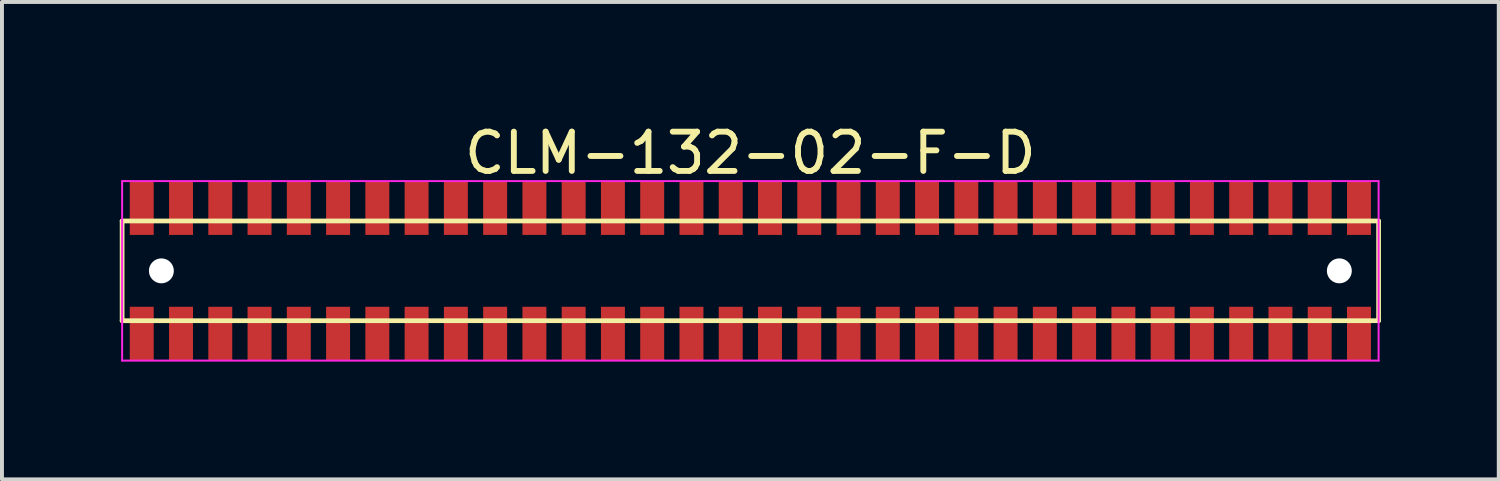
<source format=kicad_pcb>
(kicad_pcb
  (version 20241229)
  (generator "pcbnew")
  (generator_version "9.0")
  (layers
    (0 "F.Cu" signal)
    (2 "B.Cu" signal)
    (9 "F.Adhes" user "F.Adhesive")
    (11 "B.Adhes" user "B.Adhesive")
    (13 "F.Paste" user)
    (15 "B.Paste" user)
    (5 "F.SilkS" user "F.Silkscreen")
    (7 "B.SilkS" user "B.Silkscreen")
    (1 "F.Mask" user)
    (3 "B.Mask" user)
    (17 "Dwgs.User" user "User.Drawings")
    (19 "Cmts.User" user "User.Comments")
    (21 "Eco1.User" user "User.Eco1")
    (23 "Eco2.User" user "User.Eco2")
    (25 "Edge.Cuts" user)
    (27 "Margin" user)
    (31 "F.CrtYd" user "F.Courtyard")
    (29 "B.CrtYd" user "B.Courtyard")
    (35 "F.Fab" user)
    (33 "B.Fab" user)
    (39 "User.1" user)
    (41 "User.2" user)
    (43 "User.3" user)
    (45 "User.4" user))
  (footprint "CLM-132-02-F-D"
    (layer "F.Cu")
    (at 16.06 3.848)
    (property "Reference" "CLM-132-02-F-D" (at 0 -3 0) (layer "F.SilkS") (effects (font (size 1 1) (thickness 0.15))))
    (attr through_hole)
    (fp_line (start -16 -1.27) (end -16 1.27) (stroke (width 0.12) (type solid)) (layer "F.SilkS"))
    (fp_line (start -16 1.27) (end 16 1.27) (stroke (width 0.12) (type solid)) (layer "F.SilkS"))
    (fp_line (start 16 -1.27) (end -16 -1.27) (stroke (width 0.12) (type solid)) (layer "F.SilkS"))
    (fp_line (start 16 1.27) (end 16 -1.27) (stroke (width 0.12) (type solid)) (layer "F.SilkS"))
    (fp_line (start -16 -2.286) (end -16 2.286) (stroke (width 0.05) (type solid)) (layer "F.CrtYd"))
    (fp_line (start -16 2.286) (end 16 2.286) (stroke (width 0.05) (type solid)) (layer "F.CrtYd"))
    (fp_line (start 16 -2.286) (end -16 -2.286) (stroke (width 0.05) (type solid)) (layer "F.CrtYd"))
    (fp_line (start 16 2.286) (end 16 -2.286) (stroke (width 0.05) (type solid)) (layer "F.CrtYd"))
    (pad "" np_thru_hole circle (at -15 0) (size 0.635 0.635) (drill 0.635) (layers "*.Cu" "*.Mask"))
    (pad "" np_thru_hole circle (at 15 0) (size 0.635 0.635) (drill 0.635) (layers "*.Cu" "*.Mask"))
    (pad "1" smd rect (at -15.5 -1.6) (size 0.61 1.37) (layers "F.Cu" "F.Mask" "F.Paste"))
    (pad "2" smd rect (at -15.5 1.6) (size 0.61 1.37) (layers "F.Cu" "F.Mask" "F.Paste"))
    (pad "3" smd rect (at -14.5 -1.6) (size 0.61 1.37) (layers "F.Cu" "F.Mask" "F.Paste"))
    (pad "4" smd rect (at -14.5 1.6) (size 0.61 1.37) (layers "F.Cu" "F.Mask" "F.Paste"))
    (pad "5" smd rect (at -13.5 -1.6) (size 0.61 1.37) (layers "F.Cu" "F.Mask" "F.Paste"))
    (pad "6" smd rect (at -13.5 1.6) (size 0.61 1.37) (layers "F.Cu" "F.Mask" "F.Paste"))
    (pad "7" smd rect (at -12.5 -1.6) (size 0.61 1.37) (layers "F.Cu" "F.Mask" "F.Paste"))
    (pad "8" smd rect (at -12.5 1.6) (size 0.61 1.37) (layers "F.Cu" "F.Mask" "F.Paste"))
    (pad "9" smd rect (at -11.5 -1.6) (size 0.61 1.37) (layers "F.Cu" "F.Mask" "F.Paste"))
    (pad "10" smd rect (at -11.5 1.6) (size 0.61 1.37) (layers "F.Cu" "F.Mask" "F.Paste"))
    (pad "11" smd rect (at -10.5 -1.6) (size 0.61 1.37) (layers "F.Cu" "F.Mask" "F.Paste"))
    (pad "12" smd rect (at -10.5 1.6) (size 0.61 1.37) (layers "F.Cu" "F.Mask" "F.Paste"))
    (pad "13" smd rect (at -9.5 -1.6) (size 0.61 1.37) (layers "F.Cu" "F.Mask" "F.Paste"))
    (pad "14" smd rect (at -9.5 1.6) (size 0.61 1.37) (layers "F.Cu" "F.Mask" "F.Paste"))
    (pad "15" smd rect (at -8.5 -1.6) (size 0.61 1.37) (layers "F.Cu" "F.Mask" "F.Paste"))
    (pad "16" smd rect (at -8.5 1.6) (size 0.61 1.37) (layers "F.Cu" "F.Mask" "F.Paste"))
    (pad "17" smd rect (at -7.5 -1.6) (size 0.61 1.37) (layers "F.Cu" "F.Mask" "F.Paste"))
    (pad "18" smd rect (at -7.5 1.6) (size 0.61 1.37) (layers "F.Cu" "F.Mask" "F.Paste"))
    (pad "19" smd rect (at -6.5 -1.6) (size 0.61 1.37) (layers "F.Cu" "F.Mask" "F.Paste"))
    (pad "20" smd rect (at -6.5 1.6) (size 0.61 1.37) (layers "F.Cu" "F.Mask" "F.Paste"))
    (pad "21" smd rect (at -5.5 -1.6) (size 0.61 1.37) (layers "F.Cu" "F.Mask" "F.Paste"))
    (pad "22" smd rect (at -5.5 1.6) (size 0.61 1.37) (layers "F.Cu" "F.Mask" "F.Paste"))
    (pad "23" smd rect (at -4.5 -1.6) (size 0.61 1.37) (layers "F.Cu" "F.Mask" "F.Paste"))
    (pad "24" smd rect (at -4.5 1.6) (size 0.61 1.37) (layers "F.Cu" "F.Mask" "F.Paste"))
    (pad "25" smd rect (at -3.5 -1.6) (size 0.61 1.37) (layers "F.Cu" "F.Mask" "F.Paste"))
    (pad "26" smd rect (at -3.5 1.6) (size 0.61 1.37) (layers "F.Cu" "F.Mask" "F.Paste"))
    (pad "27" smd rect (at -2.5 -1.6) (size 0.61 1.37) (layers "F.Cu" "F.Mask" "F.Paste"))
    (pad "28" smd rect (at -2.5 1.6) (size 0.61 1.37) (layers "F.Cu" "F.Mask" "F.Paste"))
    (pad "29" smd rect (at -1.5 -1.6) (size 0.61 1.37) (layers "F.Cu" "F.Mask" "F.Paste"))
    (pad "30" smd rect (at -1.5 1.6) (size 0.61 1.37) (layers "F.Cu" "F.Mask" "F.Paste"))
    (pad "31" smd rect (at -0.5 -1.6) (size 0.61 1.37) (layers "F.Cu" "F.Mask" "F.Paste"))
    (pad "32" smd rect (at -0.5 1.6) (size 0.61 1.37) (layers "F.Cu" "F.Mask" "F.Paste"))
    (pad "33" smd rect (at 0.5 -1.6) (size 0.61 1.37) (layers "F.Cu" "F.Mask" "F.Paste"))
    (pad "34" smd rect (at 0.5 1.6) (size 0.61 1.37) (layers "F.Cu" "F.Mask" "F.Paste"))
    (pad "35" smd rect (at 1.5 -1.6) (size 0.61 1.37) (layers "F.Cu" "F.Mask" "F.Paste"))
    (pad "36" smd rect (at 1.5 1.6) (size 0.61 1.37) (layers "F.Cu" "F.Mask" "F.Paste"))
    (pad "37" smd rect (at 2.5 -1.6) (size 0.61 1.37) (layers "F.Cu" "F.Mask" "F.Paste"))
    (pad "38" smd rect (at 2.5 1.6) (size 0.61 1.37) (layers "F.Cu" "F.Mask" "F.Paste"))
    (pad "39" smd rect (at 3.5 -1.6) (size 0.61 1.37) (layers "F.Cu" "F.Mask" "F.Paste"))
    (pad "40" smd rect (at 3.5 1.6) (size 0.61 1.37) (layers "F.Cu" "F.Mask" "F.Paste"))
    (pad "41" smd rect (at 4.5 -1.6) (size 0.61 1.37) (layers "F.Cu" "F.Mask" "F.Paste"))
    (pad "42" smd rect (at 4.5 1.6) (size 0.61 1.37) (layers "F.Cu" "F.Mask" "F.Paste"))
    (pad "43" smd rect (at 5.5 -1.6) (size 0.61 1.37) (layers "F.Cu" "F.Mask" "F.Paste"))
    (pad "44" smd rect (at 5.5 1.6) (size 0.61 1.37) (layers "F.Cu" "F.Mask" "F.Paste"))
    (pad "45" smd rect (at 6.5 -1.6) (size 0.61 1.37) (layers "F.Cu" "F.Mask" "F.Paste"))
    (pad "46" smd rect (at 6.5 1.6) (size 0.61 1.37) (layers "F.Cu" "F.Mask" "F.Paste"))
    (pad "47" smd rect (at 7.5 -1.6) (size 0.61 1.37) (layers "F.Cu" "F.Mask" "F.Paste"))
    (pad "48" smd rect (at 7.5 1.6) (size 0.61 1.37) (layers "F.Cu" "F.Mask" "F.Paste"))
    (pad "49" smd rect (at 8.5 -1.6) (size 0.61 1.37) (layers "F.Cu" "F.Mask" "F.Paste"))
    (pad "50" smd rect (at 8.5 1.6) (size 0.61 1.37) (layers "F.Cu" "F.Mask" "F.Paste"))
    (pad "51" smd rect (at 9.5 -1.6) (size 0.61 1.37) (layers "F.Cu" "F.Mask" "F.Paste"))
    (pad "52" smd rect (at 9.5 1.6) (size 0.61 1.37) (layers "F.Cu" "F.Mask" "F.Paste"))
    (pad "53" smd rect (at 10.5 -1.6) (size 0.61 1.37) (layers "F.Cu" "F.Mask" "F.Paste"))
    (pad "54" smd rect (at 10.5 1.6) (size 0.61 1.37) (layers "F.Cu" "F.Mask" "F.Paste"))
    (pad "55" smd rect (at 11.5 -1.6) (size 0.61 1.37) (layers "F.Cu" "F.Mask" "F.Paste"))
    (pad "56" smd rect (at 11.5 1.6) (size 0.61 1.37) (layers "F.Cu" "F.Mask" "F.Paste"))
    (pad "57" smd rect (at 12.5 -1.6) (size 0.61 1.37) (layers "F.Cu" "F.Mask" "F.Paste"))
    (pad "58" smd rect (at 12.5 1.6) (size 0.61 1.37) (layers "F.Cu" "F.Mask" "F.Paste"))
    (pad "59" smd rect (at 13.5 -1.6) (size 0.61 1.37) (layers "F.Cu" "F.Mask" "F.Paste"))
    (pad "60" smd rect (at 13.5 1.6) (size 0.61 1.37) (layers "F.Cu" "F.Mask" "F.Paste"))
    (pad "61" smd rect (at 14.5 -1.6) (size 0.61 1.37) (layers "F.Cu" "F.Mask" "F.Paste"))
    (pad "62" smd rect (at 14.5 1.6) (size 0.61 1.37) (layers "F.Cu" "F.Mask" "F.Paste"))
    (pad "63" smd rect (at 15.5 -1.6) (size 0.61 1.37) (layers "F.Cu" "F.Mask" "F.Paste"))
    (pad "64" smd rect (at 15.5 1.6) (size 0.61 1.37) (layers "F.Cu" "F.Mask" "F.Paste")))
  (gr_rect
    (start -3 -3)
    (end 35.12 9.159)
    (stroke (width 0.1) (type default))
    (fill no)
    (layer "Edge.Cuts")))
</source>
